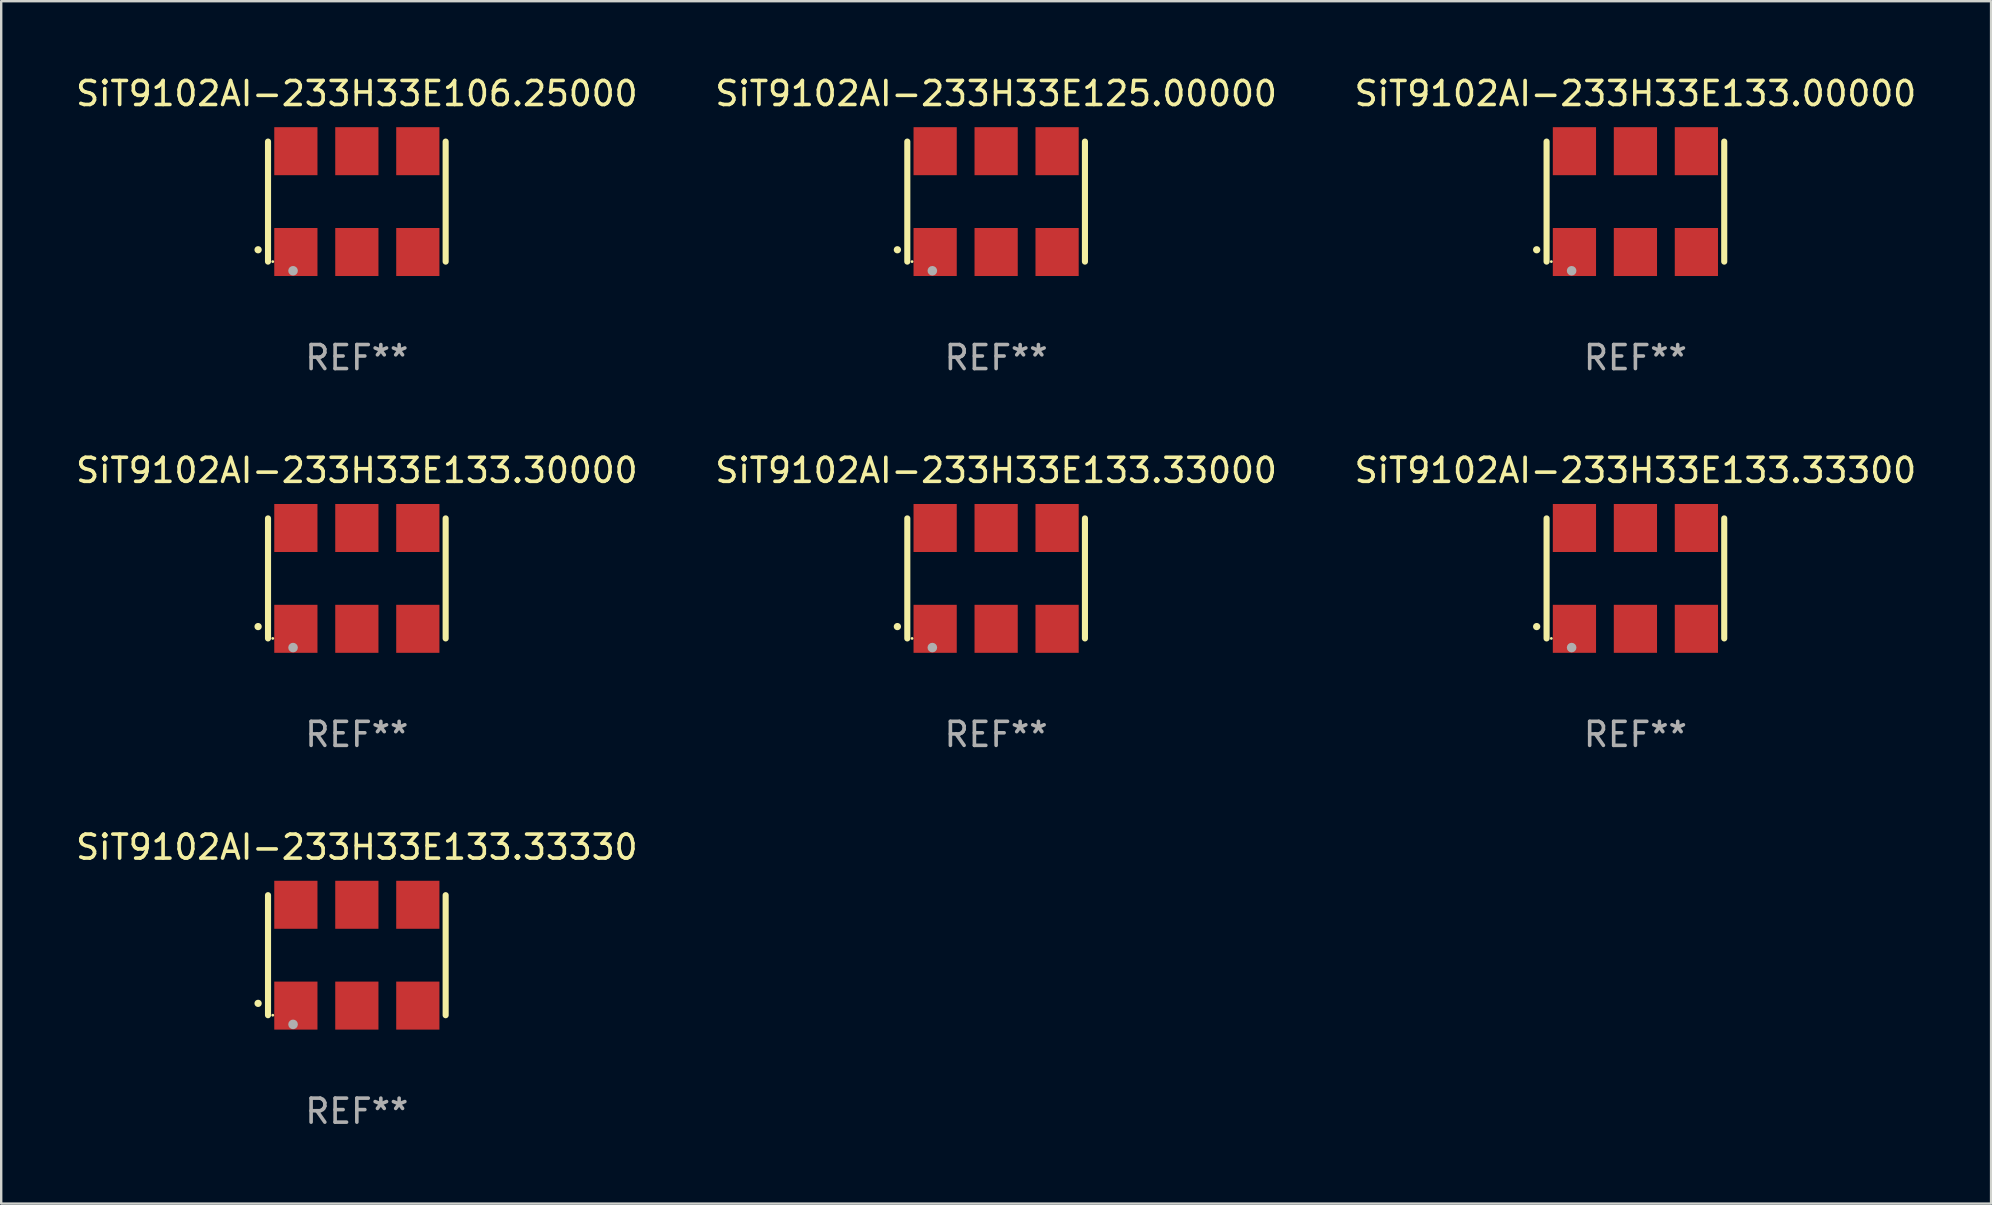
<source format=kicad_pcb>
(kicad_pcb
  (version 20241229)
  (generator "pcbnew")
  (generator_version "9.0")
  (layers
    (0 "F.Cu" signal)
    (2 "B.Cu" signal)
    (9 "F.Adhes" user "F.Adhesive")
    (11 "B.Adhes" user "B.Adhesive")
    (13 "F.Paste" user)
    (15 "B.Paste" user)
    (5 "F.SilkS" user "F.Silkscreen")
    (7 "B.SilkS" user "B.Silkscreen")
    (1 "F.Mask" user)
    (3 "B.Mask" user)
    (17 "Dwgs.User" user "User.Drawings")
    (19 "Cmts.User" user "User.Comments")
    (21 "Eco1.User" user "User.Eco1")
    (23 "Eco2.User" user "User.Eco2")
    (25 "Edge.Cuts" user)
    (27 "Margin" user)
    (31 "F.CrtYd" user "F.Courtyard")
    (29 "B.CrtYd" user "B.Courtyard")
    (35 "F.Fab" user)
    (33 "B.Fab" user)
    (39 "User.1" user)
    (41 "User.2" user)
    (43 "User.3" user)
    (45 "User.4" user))
  (footprint "SiT9102AI-233H33E106.25000"
    (layer "F.Cu")
    (at 11.815 5.348)
    (property "Reference" "SiT9102AI-233H33E106.25000" (at 0 -4.5 0) (layer "F.SilkS") (effects (font (size 1 1) (thickness 0.15))))
    (attr through_hole)
    (fp_line (start -3.7 -2.5) (end -3.7 2.5) (stroke (width 0.254) (type solid)) (layer "F.SilkS"))
    (fp_line (start 3.7 -2.5) (end 3.7 2.5) (stroke (width 0.254) (type solid)) (layer "F.SilkS"))
    (fp_arc (start -4.114415 2.006604) (mid -4.113145 2.006599) (end -4.111875 2.006604) (stroke (width 0.3) (type solid)) (layer "F.SilkS"))
    (fp_circle (center -3.502 2.5) (end -3.472 2.5) (stroke (width 0.06) (type solid)) (fill no) (layer "F.SilkS"))
    (fp_circle (center -2.657 2.882) (end -2.557 2.882) (stroke (width 0.2) (type solid)) (fill no) (layer "F.Fab"))
    (fp_text user "REF**" (at 0 6.5 0) (layer "F.Fab") (effects (font (size 1 1) (thickness 0.15))))
    (pad "1" smd rect (at -2.54 2.1) (size 1.8 2) (layers "F.Cu" "F.Mask" "F.Paste"))
    (pad "2" smd rect (at 0.000394 2.1) (size 1.8 2) (layers "F.Cu" "F.Mask" "F.Paste"))
    (pad "3" smd rect (at 2.54 2.1) (size 1.8 2) (layers "F.Cu" "F.Mask" "F.Paste"))
    (pad "4" smd rect (at 2.54 -2.1) (size 1.8 2) (layers "F.Cu" "F.Mask" "F.Paste"))
    (pad "5" smd rect (at 0.000394 -2.1) (size 1.8 2) (layers "F.Cu" "F.Mask" "F.Paste"))
    (pad "6" smd rect (at -2.54 -2.1) (size 1.8 2) (layers "F.Cu" "F.Mask" "F.Paste")))
  (footprint "SiT9102AI-233H33E125.00000"
    (layer "F.Cu")
    (at 38.446 5.348)
    (property "Reference" "SiT9102AI-233H33E125.00000" (at 0 -4.5 0) (layer "F.SilkS") (effects (font (size 1 1) (thickness 0.15))))
    (attr through_hole)
    (fp_line (start -3.7 -2.5) (end -3.7 2.5) (stroke (width 0.254) (type solid)) (layer "F.SilkS"))
    (fp_line (start 3.7 -2.5) (end 3.7 2.5) (stroke (width 0.254) (type solid)) (layer "F.SilkS"))
    (fp_arc (start -4.114415 2.006604) (mid -4.113145 2.006599) (end -4.111875 2.006604) (stroke (width 0.3) (type solid)) (layer "F.SilkS"))
    (fp_circle (center -3.502 2.5) (end -3.472 2.5) (stroke (width 0.06) (type solid)) (fill no) (layer "F.SilkS"))
    (fp_circle (center -2.657 2.882) (end -2.557 2.882) (stroke (width 0.2) (type solid)) (fill no) (layer "F.Fab"))
    (fp_text user "REF**" (at 0 6.5 0) (layer "F.Fab") (effects (font (size 1 1) (thickness 0.15))))
    (pad "1" smd rect (at -2.54 2.1) (size 1.8 2) (layers "F.Cu" "F.Mask" "F.Paste"))
    (pad "2" smd rect (at 0.000394 2.1) (size 1.8 2) (layers "F.Cu" "F.Mask" "F.Paste"))
    (pad "3" smd rect (at 2.54 2.1) (size 1.8 2) (layers "F.Cu" "F.Mask" "F.Paste"))
    (pad "4" smd rect (at 2.54 -2.1) (size 1.8 2) (layers "F.Cu" "F.Mask" "F.Paste"))
    (pad "5" smd rect (at 0.000394 -2.1) (size 1.8 2) (layers "F.Cu" "F.Mask" "F.Paste"))
    (pad "6" smd rect (at -2.54 -2.1) (size 1.8 2) (layers "F.Cu" "F.Mask" "F.Paste")))
  (footprint "SiT9102AI-233H33E133.33000"
    (layer "F.Cu")
    (at 38.446 21.045)
    (property "Reference" "SiT9102AI-233H33E133.33000" (at 0 -4.5 0) (layer "F.SilkS") (effects (font (size 1 1) (thickness 0.15))))
    (attr through_hole)
    (fp_line (start -3.7 -2.5) (end -3.7 2.5) (stroke (width 0.254) (type solid)) (layer "F.SilkS"))
    (fp_line (start 3.7 -2.5) (end 3.7 2.5) (stroke (width 0.254) (type solid)) (layer "F.SilkS"))
    (fp_arc (start -4.114415 2.006604) (mid -4.113145 2.006599) (end -4.111875 2.006604) (stroke (width 0.3) (type solid)) (layer "F.SilkS"))
    (fp_circle (center -3.502 2.5) (end -3.472 2.5) (stroke (width 0.06) (type solid)) (fill no) (layer "F.SilkS"))
    (fp_circle (center -2.657 2.882) (end -2.557 2.882) (stroke (width 0.2) (type solid)) (fill no) (layer "F.Fab"))
    (fp_text user "REF**" (at 0 6.5 0) (layer "F.Fab") (effects (font (size 1 1) (thickness 0.15))))
    (pad "1" smd rect (at -2.54 2.1) (size 1.8 2) (layers "F.Cu" "F.Mask" "F.Paste"))
    (pad "2" smd rect (at 0.000394 2.1) (size 1.8 2) (layers "F.Cu" "F.Mask" "F.Paste"))
    (pad "3" smd rect (at 2.54 2.1) (size 1.8 2) (layers "F.Cu" "F.Mask" "F.Paste"))
    (pad "4" smd rect (at 2.54 -2.1) (size 1.8 2) (layers "F.Cu" "F.Mask" "F.Paste"))
    (pad "5" smd rect (at 0.000394 -2.1) (size 1.8 2) (layers "F.Cu" "F.Mask" "F.Paste"))
    (pad "6" smd rect (at -2.54 -2.1) (size 1.8 2) (layers "F.Cu" "F.Mask" "F.Paste")))
  (footprint "SiT9102AI-233H33E133.33300"
    (layer "F.Cu")
    (at 65.077 21.045)
    (property "Reference" "SiT9102AI-233H33E133.33300" (at 0 -4.5 0) (layer "F.SilkS") (effects (font (size 1 1) (thickness 0.15))))
    (attr through_hole)
    (fp_line (start -3.7 -2.5) (end -3.7 2.5) (stroke (width 0.254) (type solid)) (layer "F.SilkS"))
    (fp_line (start 3.7 -2.5) (end 3.7 2.5) (stroke (width 0.254) (type solid)) (layer "F.SilkS"))
    (fp_arc (start -4.114415 2.006604) (mid -4.113145 2.006599) (end -4.111875 2.006604) (stroke (width 0.3) (type solid)) (layer "F.SilkS"))
    (fp_circle (center -3.502 2.5) (end -3.472 2.5) (stroke (width 0.06) (type solid)) (fill no) (layer "F.SilkS"))
    (fp_circle (center -2.657 2.882) (end -2.557 2.882) (stroke (width 0.2) (type solid)) (fill no) (layer "F.Fab"))
    (fp_text user "REF**" (at 0 6.5 0) (layer "F.Fab") (effects (font (size 1 1) (thickness 0.15))))
    (pad "1" smd rect (at -2.54 2.1) (size 1.8 2) (layers "F.Cu" "F.Mask" "F.Paste"))
    (pad "2" smd rect (at 0.000394 2.1) (size 1.8 2) (layers "F.Cu" "F.Mask" "F.Paste"))
    (pad "3" smd rect (at 2.54 2.1) (size 1.8 2) (layers "F.Cu" "F.Mask" "F.Paste"))
    (pad "4" smd rect (at 2.54 -2.1) (size 1.8 2) (layers "F.Cu" "F.Mask" "F.Paste"))
    (pad "5" smd rect (at 0.000394 -2.1) (size 1.8 2) (layers "F.Cu" "F.Mask" "F.Paste"))
    (pad "6" smd rect (at -2.54 -2.1) (size 1.8 2) (layers "F.Cu" "F.Mask" "F.Paste")))
  (footprint "SiT9102AI-233H33E133.30000"
    (layer "F.Cu")
    (at 11.815 21.045)
    (property "Reference" "SiT9102AI-233H33E133.30000" (at 0 -4.5 0) (layer "F.SilkS") (effects (font (size 1 1) (thickness 0.15))))
    (attr through_hole)
    (fp_line (start -3.7 -2.5) (end -3.7 2.5) (stroke (width 0.254) (type solid)) (layer "F.SilkS"))
    (fp_line (start 3.7 -2.5) (end 3.7 2.5) (stroke (width 0.254) (type solid)) (layer "F.SilkS"))
    (fp_arc (start -4.114415 2.006604) (mid -4.113145 2.006599) (end -4.111875 2.006604) (stroke (width 0.3) (type solid)) (layer "F.SilkS"))
    (fp_circle (center -3.502 2.5) (end -3.472 2.5) (stroke (width 0.06) (type solid)) (fill no) (layer "F.SilkS"))
    (fp_circle (center -2.657 2.882) (end -2.557 2.882) (stroke (width 0.2) (type solid)) (fill no) (layer "F.Fab"))
    (fp_text user "REF**" (at 0 6.5 0) (layer "F.Fab") (effects (font (size 1 1) (thickness 0.15))))
    (pad "1" smd rect (at -2.54 2.1) (size 1.8 2) (layers "F.Cu" "F.Mask" "F.Paste"))
    (pad "2" smd rect (at 0.000394 2.1) (size 1.8 2) (layers "F.Cu" "F.Mask" "F.Paste"))
    (pad "3" smd rect (at 2.54 2.1) (size 1.8 2) (layers "F.Cu" "F.Mask" "F.Paste"))
    (pad "4" smd rect (at 2.54 -2.1) (size 1.8 2) (layers "F.Cu" "F.Mask" "F.Paste"))
    (pad "5" smd rect (at 0.000394 -2.1) (size 1.8 2) (layers "F.Cu" "F.Mask" "F.Paste"))
    (pad "6" smd rect (at -2.54 -2.1) (size 1.8 2) (layers "F.Cu" "F.Mask" "F.Paste")))
  (footprint "SiT9102AI-233H33E133.00000"
    (layer "F.Cu")
    (at 65.077 5.348)
    (property "Reference" "SiT9102AI-233H33E133.00000" (at 0 -4.5 0) (layer "F.SilkS") (effects (font (size 1 1) (thickness 0.15))))
    (attr through_hole)
    (fp_line (start -3.7 -2.5) (end -3.7 2.5) (stroke (width 0.254) (type solid)) (layer "F.SilkS"))
    (fp_line (start 3.7 -2.5) (end 3.7 2.5) (stroke (width 0.254) (type solid)) (layer "F.SilkS"))
    (fp_arc (start -4.114415 2.006604) (mid -4.113145 2.006599) (end -4.111875 2.006604) (stroke (width 0.3) (type solid)) (layer "F.SilkS"))
    (fp_circle (center -3.502 2.5) (end -3.472 2.5) (stroke (width 0.06) (type solid)) (fill no) (layer "F.SilkS"))
    (fp_circle (center -2.657 2.882) (end -2.557 2.882) (stroke (width 0.2) (type solid)) (fill no) (layer "F.Fab"))
    (fp_text user "REF**" (at 0 6.5 0) (layer "F.Fab") (effects (font (size 1 1) (thickness 0.15))))
    (pad "1" smd rect (at -2.54 2.1) (size 1.8 2) (layers "F.Cu" "F.Mask" "F.Paste"))
    (pad "2" smd rect (at 0.000394 2.1) (size 1.8 2) (layers "F.Cu" "F.Mask" "F.Paste"))
    (pad "3" smd rect (at 2.54 2.1) (size 1.8 2) (layers "F.Cu" "F.Mask" "F.Paste"))
    (pad "4" smd rect (at 2.54 -2.1) (size 1.8 2) (layers "F.Cu" "F.Mask" "F.Paste"))
    (pad "5" smd rect (at 0.000394 -2.1) (size 1.8 2) (layers "F.Cu" "F.Mask" "F.Paste"))
    (pad "6" smd rect (at -2.54 -2.1) (size 1.8 2) (layers "F.Cu" "F.Mask" "F.Paste")))
  (footprint "SiT9102AI-233H33E133.33330"
    (layer "F.Cu")
    (at 11.815 36.741)
    (property "Reference" "SiT9102AI-233H33E133.33330" (at 0 -4.5 0) (layer "F.SilkS") (effects (font (size 1 1) (thickness 0.15))))
    (attr through_hole)
    (fp_line (start -3.7 -2.5) (end -3.7 2.5) (stroke (width 0.254) (type solid)) (layer "F.SilkS"))
    (fp_line (start 3.7 -2.5) (end 3.7 2.5) (stroke (width 0.254) (type solid)) (layer "F.SilkS"))
    (fp_arc (start -4.114415 2.006604) (mid -4.113145 2.006599) (end -4.111875 2.006604) (stroke (width 0.3) (type solid)) (layer "F.SilkS"))
    (fp_circle (center -3.502 2.5) (end -3.472 2.5) (stroke (width 0.06) (type solid)) (fill no) (layer "F.SilkS"))
    (fp_circle (center -2.657 2.882) (end -2.557 2.882) (stroke (width 0.2) (type solid)) (fill no) (layer "F.Fab"))
    (fp_text user "REF**" (at 0 6.5 0) (layer "F.Fab") (effects (font (size 1 1) (thickness 0.15))))
    (pad "1" smd rect (at -2.54 2.1) (size 1.8 2) (layers "F.Cu" "F.Mask" "F.Paste"))
    (pad "2" smd rect (at 0.000394 2.1) (size 1.8 2) (layers "F.Cu" "F.Mask" "F.Paste"))
    (pad "3" smd rect (at 2.54 2.1) (size 1.8 2) (layers "F.Cu" "F.Mask" "F.Paste"))
    (pad "4" smd rect (at 2.54 -2.1) (size 1.8 2) (layers "F.Cu" "F.Mask" "F.Paste"))
    (pad "5" smd rect (at 0.000394 -2.1) (size 1.8 2) (layers "F.Cu" "F.Mask" "F.Paste"))
    (pad "6" smd rect (at -2.54 -2.1) (size 1.8 2) (layers "F.Cu" "F.Mask" "F.Paste")))
  (gr_rect
    (start -3 -3)
    (end 79.893 47.09)
    (stroke (width 0.1) (type default))
    (fill no)
    (layer "Edge.Cuts")))
</source>
